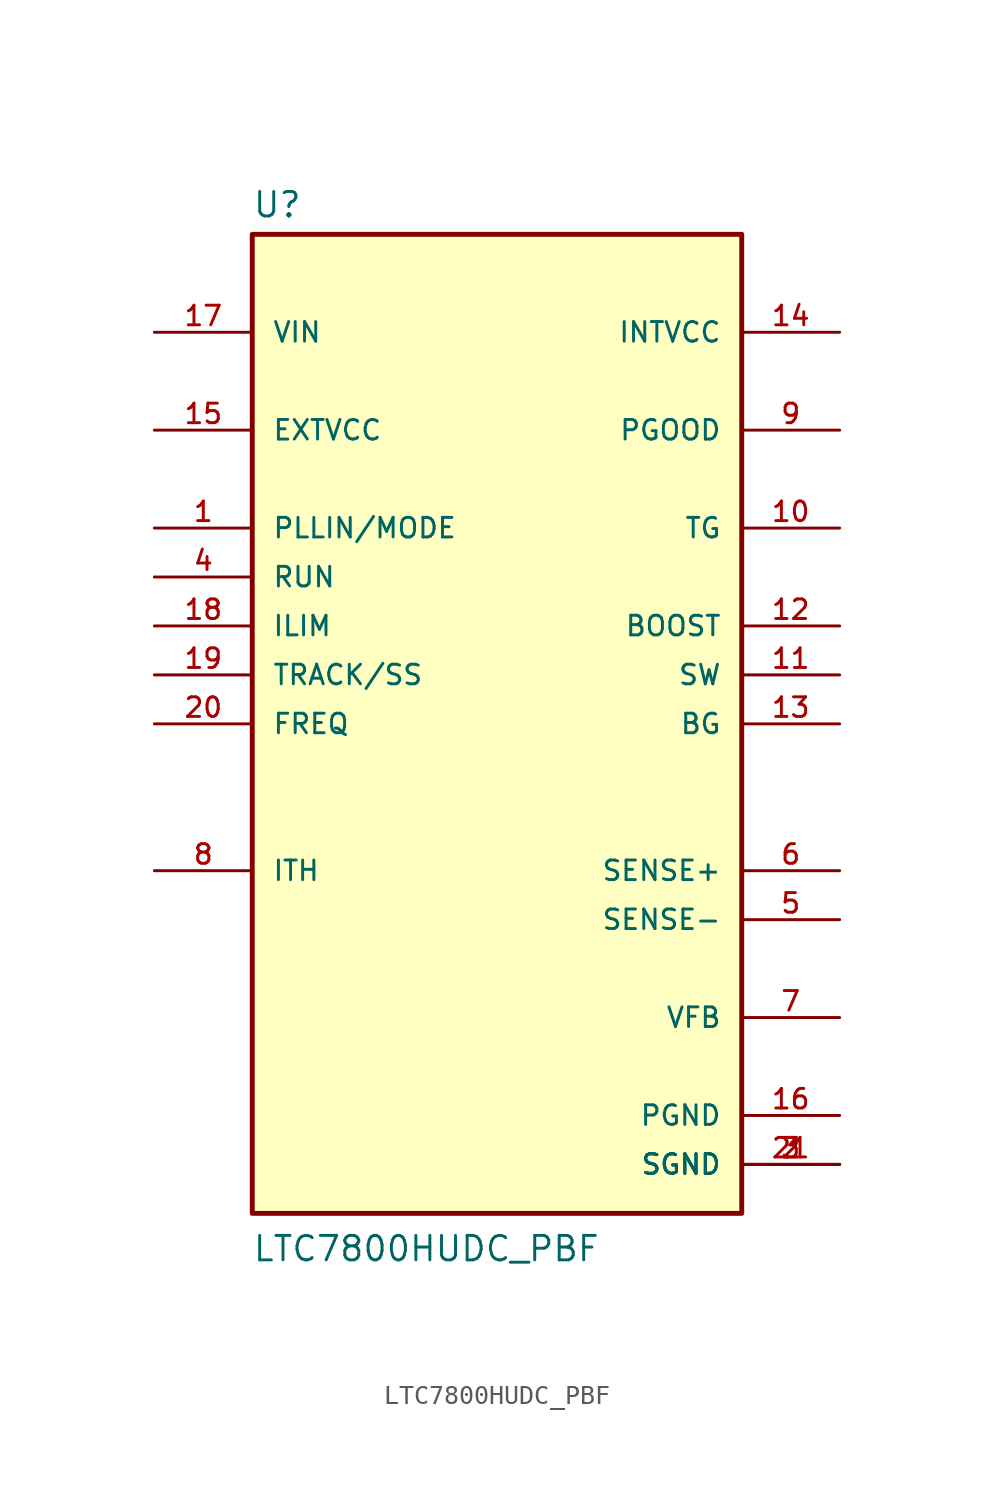
<source format=kicad_sym>
(kicad_symbol_lib
  (version 20211014)
  (generator kicad_symbol_editor)
  (symbol "LTC7800HUDC_PBF"
    (pin_names
      (offset 1.016))
    (property "Reference" "U"
      (at -12.714 26.192 0)
      (effects (font (size 1.27 1.27)) (justify bottom left)))
    (property "Value" "LTC7800HUDC_PBF"
      (at -12.716 -27.976 0)
      (effects (font (size 1.27 1.27)) (justify bottom left)))
    (symbol "LTC7800HUDC_PBF_0_0"
      (rectangle (start -12.7 -25.4) (end 12.7 25.4) (stroke (width 0.254)) (fill (type background)))
      (pin input line (at -17.78 10.16 0) (length 5.08) (name "PLLIN/MODE" (effects (font (size 1.016 1.016)))) (number "1" (effects (font (size 1.016 1.016)))))
      (pin power_in line (at 17.78 -22.86 180.0) (length 5.08) (name "SGND" (effects (font (size 1.016 1.016)))) (number "2" (effects (font (size 1.016 1.016)))))
      (pin power_in line (at 17.78 -22.86 180.0) (length 5.08) (name "SGND" (effects (font (size 1.016 1.016)))) (number "3" (effects (font (size 1.016 1.016)))))
      (pin power_in line (at 17.78 -22.86 180.0) (length 5.08) (name "SGND" (effects (font (size 1.016 1.016)))) (number "21" (effects (font (size 1.016 1.016)))))
      (pin input line (at -17.78 7.62 0) (length 5.08) (name "RUN" (effects (font (size 1.016 1.016)))) (number "4" (effects (font (size 1.016 1.016)))))
      (pin input line (at 17.78 -10.16 180.0) (length 5.08) (name "SENSE-" (effects (font (size 1.016 1.016)))) (number "5" (effects (font (size 1.016 1.016)))))
      (pin input line (at 17.78 -7.62 180.0) (length 5.08) (name "SENSE+" (effects (font (size 1.016 1.016)))) (number "6" (effects (font (size 1.016 1.016)))))
      (pin input line (at 17.78 -15.24 180.0) (length 5.08) (name "VFB" (effects (font (size 1.016 1.016)))) (number "7" (effects (font (size 1.016 1.016)))))
      (pin passive line (at -17.78 -7.62 0) (length 5.08) (name "ITH" (effects (font (size 1.016 1.016)))) (number "8" (effects (font (size 1.016 1.016)))))
      (pin output line (at 17.78 15.24 180.0) (length 5.08) (name "PGOOD" (effects (font (size 1.016 1.016)))) (number "9" (effects (font (size 1.016 1.016)))))
      (pin output line (at 17.78 10.16 180.0) (length 5.08) (name "TG" (effects (font (size 1.016 1.016)))) (number "10" (effects (font (size 1.016 1.016)))))
      (pin passive line (at 17.78 2.54 180.0) (length 5.08) (name "SW" (effects (font (size 1.016 1.016)))) (number "11" (effects (font (size 1.016 1.016)))))
      (pin passive line (at 17.78 5.08 180.0) (length 5.08) (name "BOOST" (effects (font (size 1.016 1.016)))) (number "12" (effects (font (size 1.016 1.016)))))
      (pin output line (at 17.78 0.0 180.0) (length 5.08) (name "BG" (effects (font (size 1.016 1.016)))) (number "13" (effects (font (size 1.016 1.016)))))
      (pin output line (at 17.78 20.32 180.0) (length 5.08) (name "INTVCC" (effects (font (size 1.016 1.016)))) (number "14" (effects (font (size 1.016 1.016)))))
      (pin input line (at -17.78 15.24 0) (length 5.08) (name "EXTVCC" (effects (font (size 1.016 1.016)))) (number "15" (effects (font (size 1.016 1.016)))))
      (pin power_in line (at 17.78 -20.32 180.0) (length 5.08) (name "PGND" (effects (font (size 1.016 1.016)))) (number "16" (effects (font (size 1.016 1.016)))))
      (pin input line (at -17.78 20.32 0) (length 5.08) (name "VIN" (effects (font (size 1.016 1.016)))) (number "17" (effects (font (size 1.016 1.016)))))
      (pin input line (at -17.78 5.08 0) (length 5.08) (name "ILIM" (effects (font (size 1.016 1.016)))) (number "18" (effects (font (size 1.016 1.016)))))
      (pin input line (at -17.78 2.54 0) (length 5.08) (name "TRACK/SS" (effects (font (size 1.016 1.016)))) (number "19" (effects (font (size 1.016 1.016)))))
      (pin input line (at -17.78 0.0 0) (length 5.08) (name "FREQ" (effects (font (size 1.016 1.016)))) (number "20" (effects (font (size 1.016 1.016))))))))
</source>
